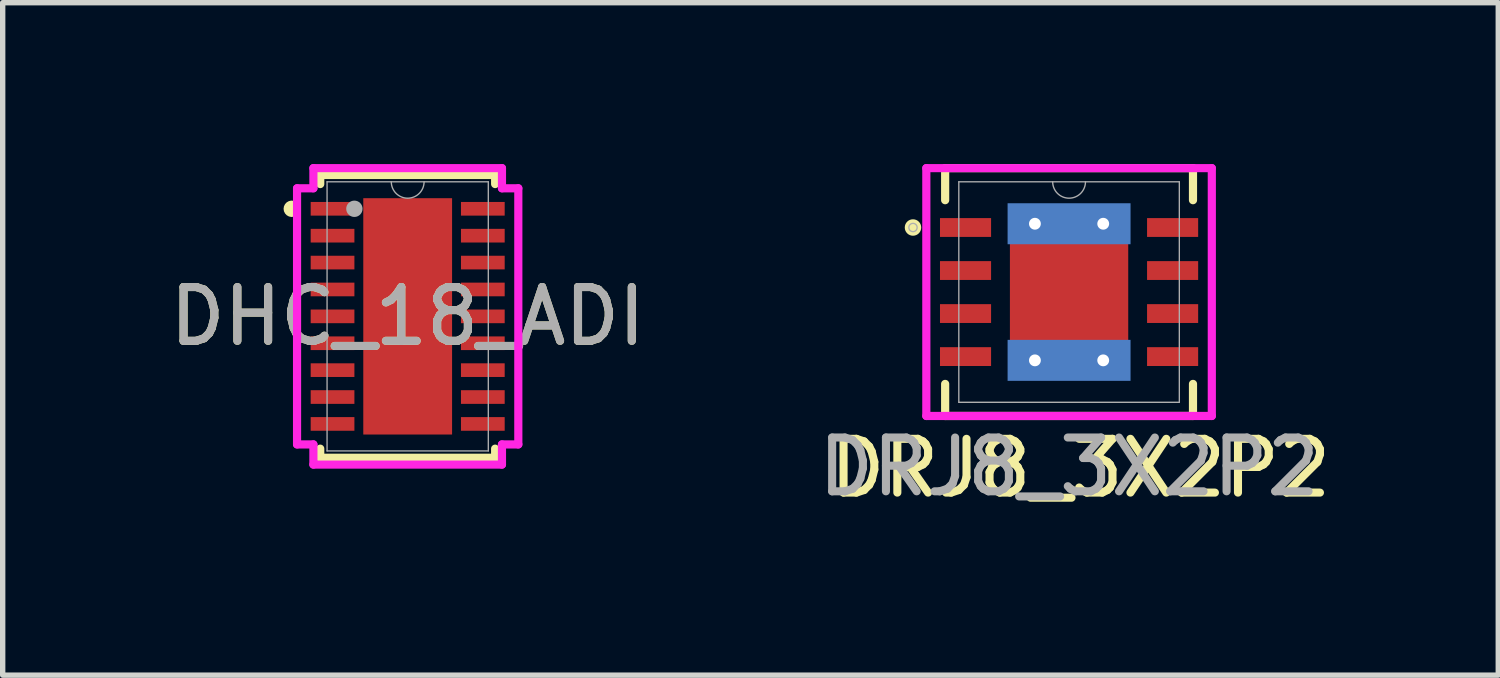
<source format=kicad_pcb>
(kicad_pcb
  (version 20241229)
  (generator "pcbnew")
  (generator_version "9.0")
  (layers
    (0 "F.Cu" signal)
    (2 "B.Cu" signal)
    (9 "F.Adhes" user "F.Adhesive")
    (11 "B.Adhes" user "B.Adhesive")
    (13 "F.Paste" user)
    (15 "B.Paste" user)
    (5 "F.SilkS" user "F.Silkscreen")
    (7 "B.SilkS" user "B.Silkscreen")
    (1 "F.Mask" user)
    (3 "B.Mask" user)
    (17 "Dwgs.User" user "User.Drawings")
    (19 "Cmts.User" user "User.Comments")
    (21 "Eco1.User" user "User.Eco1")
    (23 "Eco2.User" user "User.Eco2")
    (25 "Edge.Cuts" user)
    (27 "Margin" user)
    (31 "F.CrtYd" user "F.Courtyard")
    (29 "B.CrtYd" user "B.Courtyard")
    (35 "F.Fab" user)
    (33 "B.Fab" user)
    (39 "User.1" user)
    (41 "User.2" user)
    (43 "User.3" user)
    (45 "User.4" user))
  (footprint "DHC_18_ADI"
    (layer "F.Cu")
    (at 4.53 2.832)
    (property "Reference" "DHC_18_ADI" (at 0 0 0) (unlocked yes) (layer "F.SilkS") (effects (font (size 1 1) (thickness 0.15))))
    (attr smd)
    (fp_line (start -1.626 -2.629) (end -1.626 -2.46) (stroke (width 0.152) (type solid)) (layer "F.SilkS"))
    (fp_line (start -1.626 2.46) (end -1.626 2.629) (stroke (width 0.152) (type solid)) (layer "F.SilkS"))
    (fp_line (start -1.626 2.629) (end 1.626 2.629) (stroke (width 0.152) (type solid)) (layer "F.SilkS"))
    (fp_line (start 1.626 -2.629) (end -1.626 -2.629) (stroke (width 0.152) (type solid)) (layer "F.SilkS"))
    (fp_line (start 1.626 -2.46) (end 1.626 -2.629) (stroke (width 0.152) (type solid)) (layer "F.SilkS"))
    (fp_line (start 1.626 2.629) (end 1.626 2.46) (stroke (width 0.152) (type solid)) (layer "F.SilkS"))
    (fp_arc (start -2.13614 -1.926171) (mid -2.2312 -2) (end -2.13614 -2.073829) (stroke (width 0.1524) (type solid)) (layer "F.SilkS"))
    (fp_poly (pts (xy -0.726 -2.097) (xy -0.726 -0.832) (xy 0.726 -0.832) (xy 0.726 -2.097)) (stroke (width 0) (type solid)) (fill yes) (layer "F.Paste"))
    (fp_poly (pts (xy -0.726 -0.632) (xy -0.726 0.632) (xy 0.726 0.632) (xy 0.726 -0.632)) (stroke (width 0) (type solid)) (fill yes) (layer "F.Paste"))
    (fp_poly (pts (xy -0.726 0.832) (xy -0.726 2.097) (xy 0.726 2.097) (xy 0.726 0.832)) (stroke (width 0) (type solid)) (fill yes) (layer "F.Paste"))
    (fp_line (start -2.057 -2.381) (end -1.753 -2.381) (stroke (width 0.152) (type solid)) (layer "F.CrtYd"))
    (fp_line (start -2.057 2.381) (end -2.057 -2.381) (stroke (width 0.152) (type solid)) (layer "F.CrtYd"))
    (fp_line (start -2.057 2.381) (end -1.753 2.381) (stroke (width 0.152) (type solid)) (layer "F.CrtYd"))
    (fp_line (start -1.753 -2.756) (end 1.753 -2.756) (stroke (width 0.152) (type solid)) (layer "F.CrtYd"))
    (fp_line (start -1.753 -2.381) (end -1.753 -2.756) (stroke (width 0.152) (type solid)) (layer "F.CrtYd"))
    (fp_line (start -1.753 2.756) (end -1.753 2.381) (stroke (width 0.152) (type solid)) (layer "F.CrtYd"))
    (fp_line (start 1.753 -2.756) (end 1.753 -2.381) (stroke (width 0.152) (type solid)) (layer "F.CrtYd"))
    (fp_line (start 1.753 2.381) (end 1.753 2.756) (stroke (width 0.152) (type solid)) (layer "F.CrtYd"))
    (fp_line (start 1.753 2.756) (end -1.753 2.756) (stroke (width 0.152) (type solid)) (layer "F.CrtYd"))
    (fp_line (start 2.057 -2.381) (end 1.753 -2.381) (stroke (width 0.152) (type solid)) (layer "F.CrtYd"))
    (fp_line (start 2.057 -2.381) (end 2.057 2.381) (stroke (width 0.152) (type solid)) (layer "F.CrtYd"))
    (fp_line (start 2.057 2.381) (end 1.753 2.381) (stroke (width 0.152) (type solid)) (layer "F.CrtYd"))
    (fp_line (start -1.499 -2.502) (end -1.499 2.502) (stroke (width 0.025) (type solid)) (layer "F.Fab"))
    (fp_line (start -1.499 2.502) (end 1.499 2.502) (stroke (width 0.025) (type solid)) (layer "F.Fab"))
    (fp_line (start 1.499 -2.502) (end -1.499 -2.502) (stroke (width 0.025) (type solid)) (layer "F.Fab"))
    (fp_line (start 1.499 2.502) (end 1.499 -2.502) (stroke (width 0.025) (type solid)) (layer "F.Fab"))
    (fp_arc (start 0.3048 -2.5019) (mid 0 -2.1971) (end -0.3048 -2.5019) (stroke (width 0.0254) (type solid)) (layer "F.Fab"))
    (fp_circle (center -0.991 -2) (end -0.991 -2) (stroke (width 0.152) (type solid)) (fill no) (layer "F.Fab"))
    (fp_text user "${REFERENCE}" (at 0 0 0) (unlocked yes) (layer "F.Fab") (effects (font (size 1 1) (thickness 0.15))))
    (pad "1" smd rect (at -1.397 -2) (size 0.813 0.254) (layers "F.Cu" "F.Mask" "F.Paste"))
    (pad "2" smd rect (at -1.397 -1.5) (size 0.813 0.254) (layers "F.Cu" "F.Mask" "F.Paste"))
    (pad "3" smd rect (at -1.397 -1) (size 0.813 0.254) (layers "F.Cu" "F.Mask" "F.Paste"))
    (pad "4" smd rect (at -1.397 -0.5) (size 0.813 0.254) (layers "F.Cu" "F.Mask" "F.Paste"))
    (pad "5" smd rect (at -1.397 0) (size 0.813 0.254) (layers "F.Cu" "F.Mask" "F.Paste"))
    (pad "6" smd rect (at -1.397 0.5) (size 0.813 0.254) (layers "F.Cu" "F.Mask" "F.Paste"))
    (pad "7" smd rect (at -1.397 1) (size 0.813 0.254) (layers "F.Cu" "F.Mask" "F.Paste"))
    (pad "8" smd rect (at -1.397 1.5) (size 0.813 0.254) (layers "F.Cu" "F.Mask" "F.Paste"))
    (pad "9" smd rect (at -1.397 2) (size 0.813 0.254) (layers "F.Cu" "F.Mask" "F.Paste"))
    (pad "10" smd rect (at 1.397 2) (size 0.813 0.254) (layers "F.Cu" "F.Mask" "F.Paste"))
    (pad "11" smd rect (at 1.397 1.5) (size 0.813 0.254) (layers "F.Cu" "F.Mask" "F.Paste"))
    (pad "12" smd rect (at 1.397 1) (size 0.813 0.254) (layers "F.Cu" "F.Mask" "F.Paste"))
    (pad "13" smd rect (at 1.397 0.5) (size 0.813 0.254) (layers "F.Cu" "F.Mask" "F.Paste"))
    (pad "14" smd rect (at 1.397 0) (size 0.813 0.254) (layers "F.Cu" "F.Mask" "F.Paste"))
    (pad "15" smd rect (at 1.397 -0.5) (size 0.813 0.254) (layers "F.Cu" "F.Mask" "F.Paste"))
    (pad "16" smd rect (at 1.397 -1) (size 0.813 0.254) (layers "F.Cu" "F.Mask" "F.Paste"))
    (pad "17" smd rect (at 1.397 -1.5) (size 0.813 0.254) (layers "F.Cu" "F.Mask" "F.Paste"))
    (pad "18" smd rect (at 1.397 -2) (size 0.813 0.254) (layers "F.Cu" "F.Mask" "F.Paste"))
    (pad "19" smd rect (at 0 0) (size 1.651 4.394) (layers "F.Cu" "F.Mask" "F.Paste")))
  (footprint "DRJ8_3X2P2"
    (layer "F.Cu")
    (at 16.827 2.38)
    (property "Reference" "DRJ8_3X2P2" (at 0.212 3.274 0) (unlocked yes) (layer "F.SilkS") (effects (font (size 1 1) (thickness 0.15))))
    (attr smd)
    (fp_poly (pts (xy -2.47 -1.445) (xy -2.47 -0.955) (xy -1.38 -0.955) (xy -1.38 -1.445)) (stroke (width 0) (type solid)) (fill yes) (layer "F.Mask"))
    (fp_poly (pts (xy -2.47 -0.645) (xy -2.47 -0.155) (xy -1.38 -0.155) (xy -1.38 -0.645)) (stroke (width 0) (type solid)) (fill yes) (layer "F.Mask"))
    (fp_poly (pts (xy -2.47 0.155) (xy -2.47 0.645) (xy -1.38 0.645) (xy -1.38 0.155)) (stroke (width 0) (type solid)) (fill yes) (layer "F.Mask"))
    (fp_poly (pts (xy -2.47 0.955) (xy -2.47 1.445) (xy -1.38 1.445) (xy -1.38 0.955)) (stroke (width 0) (type solid)) (fill yes) (layer "F.Mask"))
    (fp_poly (pts (xy -1.163 -1.563) (xy -0.594 -1.563) (xy -0.594 1.563) (xy -1.163 1.563)) (stroke (width 0) (type solid)) (fill yes) (layer "F.Mask"))
    (fp_poly (pts (xy -1.163 -1.563) (xy 1.163 -1.563) (xy 1.163 -0.987) (xy -1.163 -0.987)) (stroke (width 0) (type solid)) (fill yes) (layer "F.Mask"))
    (fp_poly (pts (xy -1.163 -0.587) (xy 1.163 -0.587) (xy 1.163 -0.2) (xy -1.163 -0.2)) (stroke (width 0) (type solid)) (fill yes) (layer "F.Mask"))
    (fp_poly (pts (xy -1.163 0.2) (xy 1.163 0.2) (xy 1.163 0.587) (xy -1.163 0.587)) (stroke (width 0) (type solid)) (fill yes) (layer "F.Mask"))
    (fp_poly (pts (xy -1.163 0.987) (xy 1.163 0.987) (xy 1.163 1.563) (xy -1.163 1.563)) (stroke (width 0) (type solid)) (fill yes) (layer "F.Mask"))
    (fp_poly (pts (xy 0.194 -1.563) (xy -0.194 -1.563) (xy -0.194 1.563) (xy 0.194 1.563)) (stroke (width 0) (type solid)) (fill yes) (layer "F.Mask"))
    (fp_poly (pts (xy 0.594 -1.563) (xy 1.163 -1.563) (xy 1.163 1.563) (xy 0.594 1.563)) (stroke (width 0) (type solid)) (fill yes) (layer "F.Mask"))
    (fp_poly (pts (xy 1.38 -1.445) (xy 1.38 -0.955) (xy 2.47 -0.955) (xy 2.47 -1.445)) (stroke (width 0) (type solid)) (fill yes) (layer "F.Mask"))
    (fp_poly (pts (xy 1.38 -0.645) (xy 1.38 -0.155) (xy 2.47 -0.155) (xy 2.47 -0.645)) (stroke (width 0) (type solid)) (fill yes) (layer "F.Mask"))
    (fp_poly (pts (xy 1.38 0.155) (xy 1.38 0.645) (xy 2.47 0.645) (xy 2.47 0.155)) (stroke (width 0) (type solid)) (fill yes) (layer "F.Mask"))
    (fp_poly (pts (xy 1.38 0.955) (xy 1.38 1.445) (xy 2.47 1.445) (xy 2.47 0.955)) (stroke (width 0) (type solid)) (fill yes) (layer "F.Mask"))
    (fp_line (start -2.304 -2.304) (end -2.304 -1.708) (stroke (width 0.152) (type solid)) (layer "F.SilkS"))
    (fp_line (start -2.304 1.708) (end -2.304 2.304) (stroke (width 0.152) (type solid)) (layer "F.SilkS"))
    (fp_line (start -2.304 2.304) (end 2.304 2.304) (stroke (width 0.152) (type solid)) (layer "F.SilkS"))
    (fp_line (start 2.304 -2.304) (end -2.304 -2.304) (stroke (width 0.152) (type solid)) (layer "F.SilkS"))
    (fp_line (start 2.304 -1.708) (end 2.304 -2.304) (stroke (width 0.152) (type solid)) (layer "F.SilkS"))
    (fp_line (start 2.304 2.304) (end 2.304 1.708) (stroke (width 0.152) (type solid)) (layer "F.SilkS"))
    (fp_circle (center -2.902 -1.2) (end -2.825 -1.2) (stroke (width 0.152) (type solid)) (fill no) (layer "F.SilkS"))
    (fp_poly (pts (xy -2.375 -1.35) (xy -2.375 -1.05) (xy -1.475 -1.05) (xy -1.475 -1.35)) (stroke (width 0) (type solid)) (fill yes) (layer "F.Paste"))
    (fp_poly (pts (xy -2.375 -0.55) (xy -2.375 -0.25) (xy -1.475 -0.25) (xy -1.475 -0.55)) (stroke (width 0) (type solid)) (fill yes) (layer "F.Paste"))
    (fp_poly (pts (xy -2.375 0.25) (xy -2.375 0.55) (xy -1.475 0.55) (xy -1.475 0.25)) (stroke (width 0) (type solid)) (fill yes) (layer "F.Paste"))
    (fp_poly (pts (xy -2.375 1.05) (xy -2.375 1.35) (xy -1.475 1.35) (xy -1.475 1.05)) (stroke (width 0) (type solid)) (fill yes) (layer "F.Paste"))
    (fp_poly (pts (xy 1.475 -1.35) (xy 1.475 -1.05) (xy 2.375 -1.05) (xy 2.375 -1.35)) (stroke (width 0) (type solid)) (fill yes) (layer "F.Paste"))
    (fp_poly (pts (xy 1.475 -0.55) (xy 1.475 -0.25) (xy 2.375 -0.25) (xy 2.375 -0.55)) (stroke (width 0) (type solid)) (fill yes) (layer "F.Paste"))
    (fp_poly (pts (xy 1.475 0.25) (xy 1.475 0.55) (xy 2.375 0.55) (xy 2.375 0.25)) (stroke (width 0) (type solid)) (fill yes) (layer "F.Paste"))
    (fp_poly (pts (xy 1.475 1.05) (xy 1.475 1.35) (xy 2.375 1.35) (xy 2.375 1.05)) (stroke (width 0) (type solid)) (fill yes) (layer "F.Paste"))
    (fp_poly (pts (xy -1.025 -1.425) (xy -1.025 -0.887) (xy -0.635 -0.887) (xy -0.494 -1.029) (xy -0.494 -1.425)) (stroke (width 0) (type solid)) (fill yes) (layer "F.Paste"))
    (fp_poly (pts (xy -1.025 0.887) (xy -1.025 1.425) (xy -0.494 1.425) (xy -0.494 1.029) (xy -0.635 0.887)) (stroke (width 0) (type solid)) (fill yes) (layer "F.Paste"))
    (fp_poly (pts (xy 0.494 -1.425) (xy 0.494 -1.029) (xy 0.635 -0.887) (xy 1.025 -0.887) (xy 1.025 -1.425)) (stroke (width 0) (type solid)) (fill yes) (layer "F.Paste"))
    (fp_poly (pts (xy 0.635 0.887) (xy 0.494 1.029) (xy 0.494 1.425) (xy 1.025 1.425) (xy 1.025 0.887)) (stroke (width 0) (type solid)) (fill yes) (layer "F.Paste"))
    (fp_poly (pts (xy -1.025 -0.687) (xy -1.025 -0.1) (xy -0.635 -0.1) (xy -0.494 -0.241) (xy -0.494 -0.546) (xy -0.635 -0.687)) (stroke (width 0) (type solid)) (fill yes) (layer "F.Paste"))
    (fp_poly (pts (xy -1.025 0.1) (xy -1.025 0.687) (xy -0.635 0.687) (xy -0.494 0.546) (xy -0.494 0.241) (xy -0.635 0.1)) (stroke (width 0) (type solid)) (fill yes) (layer "F.Paste"))
    (fp_poly (pts (xy -0.294 -1.425) (xy -0.294 -1.029) (xy -0.152 -0.887) (xy 0.152 -0.887) (xy 0.294 -1.029) (xy 0.294 -1.425)) (stroke (width 0) (type solid)) (fill yes) (layer "F.Paste"))
    (fp_poly (pts (xy -0.152 0.887) (xy -0.294 1.029) (xy -0.294 1.425) (xy 0.294 1.425) (xy 0.294 1.029) (xy 0.152 0.887)) (stroke (width 0) (type solid)) (fill yes) (layer "F.Paste"))
    (fp_poly (pts (xy 0.635 -0.687) (xy 0.494 -0.546) (xy 0.494 -0.241) (xy 0.635 -0.1) (xy 1.025 -0.1) (xy 1.025 -0.687)) (stroke (width 0) (type solid)) (fill yes) (layer "F.Paste"))
    (fp_poly (pts (xy 0.635 0.1) (xy 0.494 0.241) (xy 0.494 0.546) (xy 0.635 0.687) (xy 1.025 0.687) (xy 1.025 0.1)) (stroke (width 0) (type solid)) (fill yes) (layer "F.Paste"))
    (fp_poly (pts (xy -0.152 -0.687) (xy -0.294 -0.546) (xy -0.294 -0.241) (xy -0.152 -0.1) (xy 0.152 -0.1) (xy 0.294 -0.241) (xy 0.294 -0.546) (xy 0.152 -0.687)) (stroke (width 0) (type solid)) (fill yes) (layer "F.Paste"))
    (fp_poly (pts (xy -0.152 0.1) (xy -0.294 0.241) (xy -0.294 0.546) (xy -0.152 0.687) (xy 0.152 0.687) (xy 0.294 0.546) (xy 0.294 0.241) (xy 0.152 0.1)) (stroke (width 0) (type solid)) (fill yes) (layer "F.Paste"))
    (fp_line (start -2.654 -2.304) (end 2.654 -2.304) (stroke (width 0.152) (type solid)) (layer "F.CrtYd"))
    (fp_line (start -2.654 2.304) (end -2.654 -2.304) (stroke (width 0.152) (type solid)) (layer "F.CrtYd"))
    (fp_line (start 2.654 -2.304) (end 2.654 2.304) (stroke (width 0.152) (type solid)) (layer "F.CrtYd"))
    (fp_line (start 2.654 2.304) (end -2.654 2.304) (stroke (width 0.152) (type solid)) (layer "F.CrtYd"))
    (fp_line (start -2.05 -2.05) (end -2.05 2.05) (stroke (width 0.025) (type solid)) (layer "F.Fab"))
    (fp_line (start -2.05 2.05) (end 2.05 2.05) (stroke (width 0.025) (type solid)) (layer "F.Fab"))
    (fp_line (start 2.05 -2.05) (end -2.05 -2.05) (stroke (width 0.025) (type solid)) (layer "F.Fab"))
    (fp_line (start 2.05 2.05) (end 2.05 -2.05) (stroke (width 0.025) (type solid)) (layer "F.Fab"))
    (fp_arc (start 0.3048 -2.05) (mid 0 -1.7452) (end -0.3048 -2.05) (stroke (width 0.0254) (type solid)) (layer "F.Fab"))
    (fp_circle (center -2.902 -1.2) (end -2.825 -1.2) (stroke (width 0.025) (type solid)) (fill no) (layer "F.Fab"))
    (fp_text user "${REFERENCE}" (at 0 3.25 0) (unlocked yes) (layer "F.Fab") (effects (font (size 1 1) (thickness 0.15))))
    (pad "1" smd rect (at -1.925 -1.2) (size 0.95 0.35) (layers "F.Cu" "F.Mask"))
    (pad "2" smd rect (at -1.925 -0.4) (size 0.95 0.35) (layers "F.Cu" "F.Mask"))
    (pad "3" smd rect (at -1.925 0.4) (size 0.95 0.35) (layers "F.Cu" "F.Mask"))
    (pad "4" smd rect (at -1.925 1.2) (size 0.95 0.35) (layers "F.Cu" "F.Mask"))
    (pad "5" smd rect (at 1.925 1.2) (size 0.95 0.35) (layers "F.Cu" "F.Mask"))
    (pad "6" smd rect (at 1.925 0.4) (size 0.95 0.35) (layers "F.Cu" "F.Mask"))
    (pad "7" smd rect (at 1.925 -0.4) (size 0.95 0.35) (layers "F.Cu" "F.Mask"))
    (pad "8" smd rect (at 1.925 -1.2) (size 0.95 0.35) (layers "F.Cu" "F.Mask"))
    (pad "9" thru_hole circle (at -0.635 -1.27) (size 0.7 0.7) (drill 0.22) (layers "*.Cu" "*.Mask"))
    (pad "9" thru_hole circle (at -0.635 1.27) (size 0.7 0.7) (drill 0.22) (layers "*.Cu" "*.Mask"))
    (pad "9" smd rect (at 0 -1.27) (size 2.286 0.762) (layers "B.Cu"))
    (pad "9" smd rect (at 0 0) (size 2.2 3) (layers "F.Cu"))
    (pad "9" smd rect (at 0 1.27) (size 2.286 0.762) (layers "B.Cu"))
    (pad "9" thru_hole circle (at 0.635 -1.27) (size 0.7 0.7) (drill 0.22) (layers "*.Cu" "*.Mask"))
    (pad "9" thru_hole circle (at 0.635 1.27) (size 0.7 0.7) (drill 0.22) (layers "*.Cu" "*.Mask")))
  (gr_rect
    (start -3 -3)
    (end 24.807 9.503)
    (stroke (width 0.1) (type default))
    (fill no)
    (layer "Edge.Cuts")))
</source>
